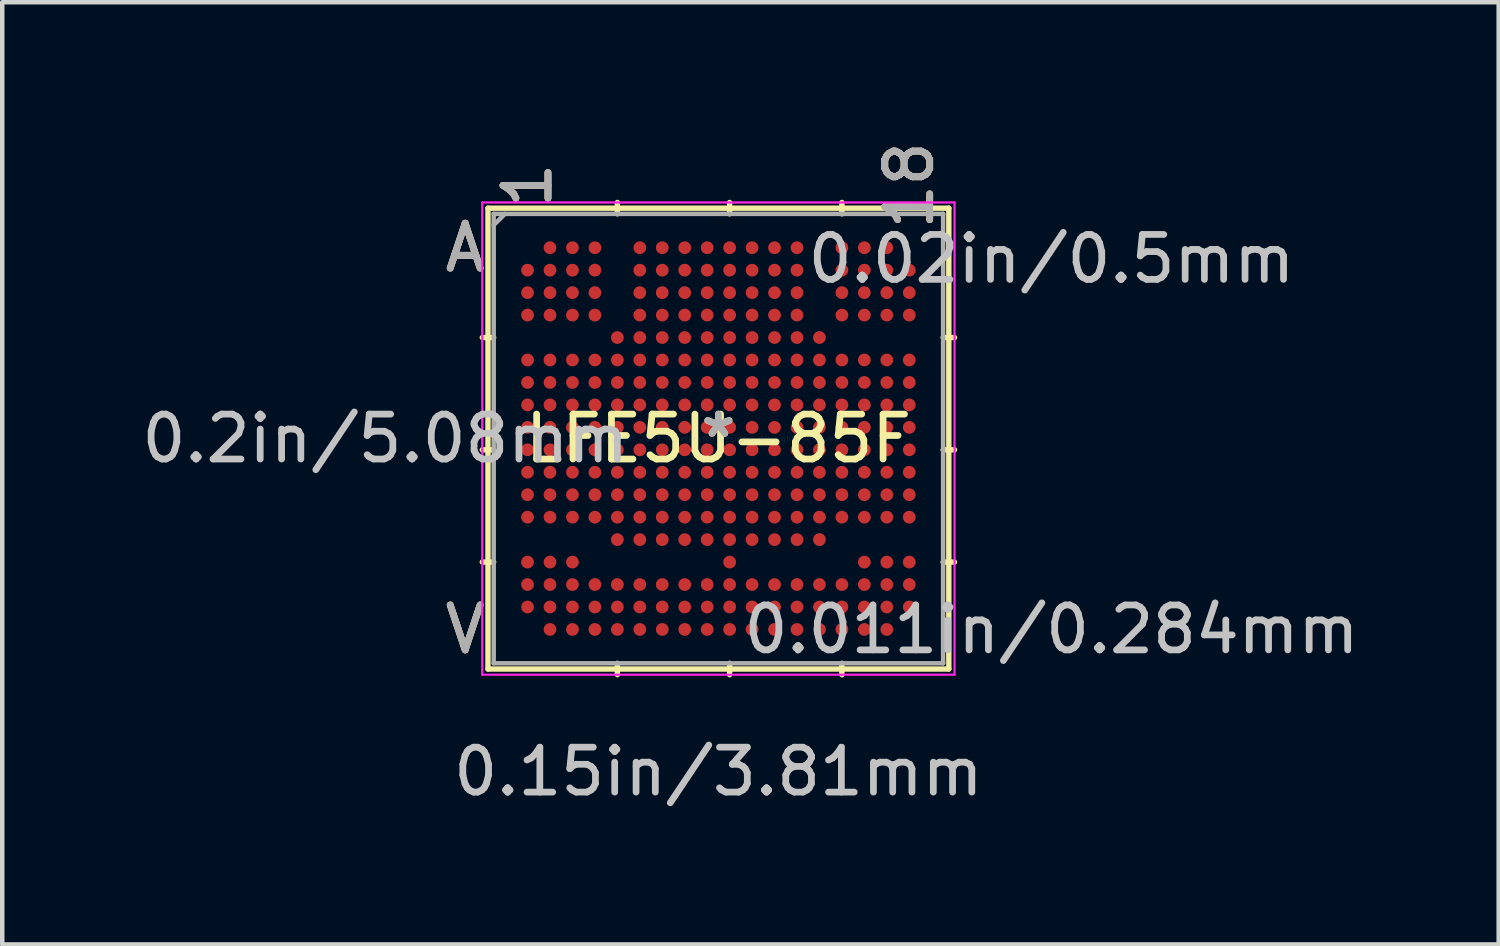
<source format=kicad_pcb>
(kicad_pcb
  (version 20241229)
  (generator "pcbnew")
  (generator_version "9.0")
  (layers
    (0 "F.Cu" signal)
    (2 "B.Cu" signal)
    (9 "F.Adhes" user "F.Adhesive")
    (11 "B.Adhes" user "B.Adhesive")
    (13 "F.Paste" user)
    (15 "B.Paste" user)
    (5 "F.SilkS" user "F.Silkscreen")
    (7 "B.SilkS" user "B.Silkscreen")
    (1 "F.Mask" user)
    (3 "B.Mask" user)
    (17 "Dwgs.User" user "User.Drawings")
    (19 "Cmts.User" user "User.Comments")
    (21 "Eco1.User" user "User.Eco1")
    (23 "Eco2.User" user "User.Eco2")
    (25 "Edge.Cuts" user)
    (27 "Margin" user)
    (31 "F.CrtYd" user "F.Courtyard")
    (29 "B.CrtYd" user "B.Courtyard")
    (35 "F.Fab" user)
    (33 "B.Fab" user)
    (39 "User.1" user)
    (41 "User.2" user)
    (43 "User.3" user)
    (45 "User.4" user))
  (footprint "LFE5U-85F"
    (layer "F.Cu")
    (at 12.947 6.716)
    (property "Reference" "LFE5U-85F" (at 0 0 0) (layer "F.SilkS") (effects (font (size 1 1) (thickness 0.15))))
    (attr through_hole)
    (fp_line (start -5.131 -5.131) (end -5.131 5.131) (stroke (width 0.12) (type solid)) (layer "F.SilkS"))
    (fp_line (start -5.131 5.131) (end 5.131 5.131) (stroke (width 0.12) (type solid)) (layer "F.SilkS"))
    (fp_line (start -5.004 -2.25) (end -5.258 -2.25) (stroke (width 0.12) (type solid)) (layer "F.SilkS"))
    (fp_line (start -5.004 0.25) (end -5.258 0.25) (stroke (width 0.12) (type solid)) (layer "F.SilkS"))
    (fp_line (start -5.004 2.75) (end -5.258 2.75) (stroke (width 0.12) (type solid)) (layer "F.SilkS"))
    (fp_line (start -2.25 -5.004) (end -2.25 -5.258) (stroke (width 0.12) (type solid)) (layer "F.SilkS"))
    (fp_line (start -2.25 5.004) (end -2.25 5.258) (stroke (width 0.12) (type solid)) (layer "F.SilkS"))
    (fp_line (start 0.25 -5.004) (end 0.25 -5.258) (stroke (width 0.12) (type solid)) (layer "F.SilkS"))
    (fp_line (start 0.25 5.004) (end 0.25 5.258) (stroke (width 0.12) (type solid)) (layer "F.SilkS"))
    (fp_line (start 2.75 -5.004) (end 2.75 -5.258) (stroke (width 0.12) (type solid)) (layer "F.SilkS"))
    (fp_line (start 2.75 5.004) (end 2.75 5.258) (stroke (width 0.12) (type solid)) (layer "F.SilkS"))
    (fp_line (start 5.004 -2.25) (end 5.258 -2.25) (stroke (width 0.12) (type solid)) (layer "F.SilkS"))
    (fp_line (start 5.004 0.25) (end 5.258 0.25) (stroke (width 0.12) (type solid)) (layer "F.SilkS"))
    (fp_line (start 5.004 2.75) (end 5.258 2.75) (stroke (width 0.12) (type solid)) (layer "F.SilkS"))
    (fp_line (start 5.131 -5.131) (end -5.131 -5.131) (stroke (width 0.12) (type solid)) (layer "F.SilkS"))
    (fp_line (start 5.131 5.131) (end 5.131 -5.131) (stroke (width 0.12) (type solid)) (layer "F.SilkS"))
    (fp_line (start -5.258 -5.258) (end 5.258 -5.258) (stroke (width 0.05) (type solid)) (layer "F.CrtYd"))
    (fp_line (start -5.258 5.258) (end -5.258 -5.258) (stroke (width 0.05) (type solid)) (layer "F.CrtYd"))
    (fp_line (start 5.258 -5.258) (end 5.258 5.258) (stroke (width 0.05) (type solid)) (layer "F.CrtYd"))
    (fp_line (start 5.258 5.258) (end -5.258 5.258) (stroke (width 0.05) (type solid)) (layer "F.CrtYd"))
    (fp_line (start -5.004 -5.004) (end -5.004 5.004) (stroke (width 0.1) (type solid)) (layer "F.Fab"))
    (fp_line (start -5.004 5.004) (end 5.004 5.004) (stroke (width 0.1) (type solid)) (layer "F.Fab"))
    (fp_line (start -4.754 -5.004) (end -5.004 -4.754) (stroke (width 0.1) (type solid)) (layer "F.Fab"))
    (fp_line (start 5.004 -5.004) (end -5.004 -5.004) (stroke (width 0.1) (type solid)) (layer "F.Fab"))
    (fp_line (start 5.004 5.004) (end 5.004 -5.004) (stroke (width 0.1) (type solid)) (layer "F.Fab"))
    (fp_text user "*" (at 0 0 0) (layer "F.SilkS") (effects (font (size 1 1) (thickness 0.15))))
    (fp_text user "18" (at 4.25 -5.639 90) (layer "F.SilkS") (effects (font (size 1 1) (thickness 0.15))))
    (fp_text user "1" (at -4.25 -5.639 90) (layer "F.SilkS") (effects (font (size 1 1) (thickness 0.15))))
    (fp_text user "A" (at -5.639 -4.25 0) (layer "F.SilkS") (effects (font (size 1 1) (thickness 0.15))))
    (fp_text user "V" (at -5.639 4.25 0) (layer "F.SilkS") (effects (font (size 1 1) (thickness 0.15))))
    (fp_text user "18" (at 4.25 -5.639 90) (layer "B.SilkS") (effects (font (size 1 1) (thickness 0.15))))
    (fp_text user "A" (at -5.639 -4.25 0) (layer "B.SilkS") (effects (font (size 1 1) (thickness 0.15))))
    (fp_text user "1" (at -4.25 -5.639 90) (layer "B.SilkS") (effects (font (size 1 1) (thickness 0.15))))
    (fp_text user "V" (at -5.639 4.25 0) (layer "B.SilkS") (effects (font (size 1 1) (thickness 0.15))))
    (fp_text user "0.15in/3.81mm" (at 0 7.417 0) (layer "Dwgs.User") (effects (font (size 1 1) (thickness 0.15))))
    (fp_text user "0.2in/5.08mm" (at -7.417 0 0) (layer "Dwgs.User") (effects (font (size 1 1) (thickness 0.15))))
    (fp_text user "0.02in/0.5mm" (at 7.417 -4 0) (layer "Dwgs.User") (effects (font (size 1 1) (thickness 0.15))))
    (fp_text user "0.011in/0.284mm" (at 7.417 4.25 0) (layer "Dwgs.User") (effects (font (size 1 1) (thickness 0.15))))
    (fp_text user "Copyright 2021 Accelerated Designs. All rights reserved." (at 0 0 0) (layer "Cmts.User") (effects (font (size 0.127 0.127) (thickness 0.002))))
    (fp_text user "*" (at 0 0 0) (layer "F.Fab") (effects (font (size 1 1) (thickness 0.15))))
    (fp_text user "V" (at -5.639 4.25 0) (layer "F.Fab") (effects (font (size 1 1) (thickness 0.15))))
    (fp_text user "A" (at -5.639 -4.25 0) (layer "F.Fab") (effects (font (size 1 1) (thickness 0.15))))
    (fp_text user "18" (at 4.25 -5.639 90) (layer "F.Fab") (effects (font (size 1 1) (thickness 0.15))))
    (fp_text user "1" (at -4.25 -5.639 90) (layer "F.Fab") (effects (font (size 1 1) (thickness 0.15))))
    (pad "A2" smd circle (at -3.75 -4.25) (size 0.284 0.284) (layers "F.Cu" "F.Mask" "F.Paste"))
    (pad "A3" smd circle (at -3.25 -4.25) (size 0.284 0.284) (layers "F.Cu" "F.Mask" "F.Paste"))
    (pad "A4" smd circle (at -2.75 -4.25) (size 0.284 0.284) (layers "F.Cu" "F.Mask" "F.Paste"))
    (pad "A6" smd circle (at -1.75 -4.25) (size 0.284 0.284) (layers "F.Cu" "F.Mask" "F.Paste"))
    (pad "A7" smd circle (at -1.25 -4.25) (size 0.284 0.284) (layers "F.Cu" "F.Mask" "F.Paste"))
    (pad "A8" smd circle (at -0.75 -4.25) (size 0.284 0.284) (layers "F.Cu" "F.Mask" "F.Paste"))
    (pad "A9" smd circle (at -0.25 -4.25) (size 0.284 0.284) (layers "F.Cu" "F.Mask" "F.Paste"))
    (pad "A10" smd circle (at 0.25 -4.25) (size 0.284 0.284) (layers "F.Cu" "F.Mask" "F.Paste"))
    (pad "A11" smd circle (at 0.75 -4.25) (size 0.284 0.284) (layers "F.Cu" "F.Mask" "F.Paste"))
    (pad "A12" smd circle (at 1.25 -4.25) (size 0.284 0.284) (layers "F.Cu" "F.Mask" "F.Paste"))
    (pad "A13" smd circle (at 1.75 -4.25) (size 0.284 0.284) (layers "F.Cu" "F.Mask" "F.Paste"))
    (pad "A15" smd circle (at 2.75 -4.25) (size 0.284 0.284) (layers "F.Cu" "F.Mask" "F.Paste"))
    (pad "A16" smd circle (at 3.25 -4.25) (size 0.284 0.284) (layers "F.Cu" "F.Mask" "F.Paste"))
    (pad "A17" smd circle (at 3.75 -4.25) (size 0.284 0.284) (layers "F.Cu" "F.Mask" "F.Paste"))
    (pad "B1" smd circle (at -4.25 -3.75) (size 0.284 0.284) (layers "F.Cu" "F.Mask" "F.Paste"))
    (pad "B2" smd circle (at -3.75 -3.75) (size 0.284 0.284) (layers "F.Cu" "F.Mask" "F.Paste"))
    (pad "B3" smd circle (at -3.25 -3.75) (size 0.284 0.284) (layers "F.Cu" "F.Mask" "F.Paste"))
    (pad "B4" smd circle (at -2.75 -3.75) (size 0.284 0.284) (layers "F.Cu" "F.Mask" "F.Paste"))
    (pad "B6" smd circle (at -1.75 -3.75) (size 0.284 0.284) (layers "F.Cu" "F.Mask" "F.Paste"))
    (pad "B7" smd circle (at -1.25 -3.75) (size 0.284 0.284) (layers "F.Cu" "F.Mask" "F.Paste"))
    (pad "B8" smd circle (at -0.75 -3.75) (size 0.284 0.284) (layers "F.Cu" "F.Mask" "F.Paste"))
    (pad "B9" smd circle (at -0.25 -3.75) (size 0.284 0.284) (layers "F.Cu" "F.Mask" "F.Paste"))
    (pad "B10" smd circle (at 0.25 -3.75) (size 0.284 0.284) (layers "F.Cu" "F.Mask" "F.Paste"))
    (pad "B11" smd circle (at 0.75 -3.75) (size 0.284 0.284) (layers "F.Cu" "F.Mask" "F.Paste"))
    (pad "B12" smd circle (at 1.25 -3.75) (size 0.284 0.284) (layers "F.Cu" "F.Mask" "F.Paste"))
    (pad "B13" smd circle (at 1.75 -3.75) (size 0.284 0.284) (layers "F.Cu" "F.Mask" "F.Paste"))
    (pad "B15" smd circle (at 2.75 -3.75) (size 0.284 0.284) (layers "F.Cu" "F.Mask" "F.Paste"))
    (pad "B16" smd circle (at 3.25 -3.75) (size 0.284 0.284) (layers "F.Cu" "F.Mask" "F.Paste"))
    (pad "B17" smd circle (at 3.75 -3.75) (size 0.284 0.284) (layers "F.Cu" "F.Mask" "F.Paste"))
    (pad "B18" smd circle (at 4.25 -3.75) (size 0.284 0.284) (layers "F.Cu" "F.Mask" "F.Paste"))
    (pad "C1" smd circle (at -4.25 -3.25) (size 0.284 0.284) (layers "F.Cu" "F.Mask" "F.Paste"))
    (pad "C2" smd circle (at -3.75 -3.25) (size 0.284 0.284) (layers "F.Cu" "F.Mask" "F.Paste"))
    (pad "C3" smd circle (at -3.25 -3.25) (size 0.284 0.284) (layers "F.Cu" "F.Mask" "F.Paste"))
    (pad "C4" smd circle (at -2.75 -3.25) (size 0.284 0.284) (layers "F.Cu" "F.Mask" "F.Paste"))
    (pad "C6" smd circle (at -1.75 -3.25) (size 0.284 0.284) (layers "F.Cu" "F.Mask" "F.Paste"))
    (pad "C7" smd circle (at -1.25 -3.25) (size 0.284 0.284) (layers "F.Cu" "F.Mask" "F.Paste"))
    (pad "C8" smd circle (at -0.75 -3.25) (size 0.284 0.284) (layers "F.Cu" "F.Mask" "F.Paste"))
    (pad "C9" smd circle (at -0.25 -3.25) (size 0.284 0.284) (layers "F.Cu" "F.Mask" "F.Paste"))
    (pad "C10" smd circle (at 0.25 -3.25) (size 0.284 0.284) (layers "F.Cu" "F.Mask" "F.Paste"))
    (pad "C11" smd circle (at 0.75 -3.25) (size 0.284 0.284) (layers "F.Cu" "F.Mask" "F.Paste"))
    (pad "C12" smd circle (at 1.25 -3.25) (size 0.284 0.284) (layers "F.Cu" "F.Mask" "F.Paste"))
    (pad "C13" smd circle (at 1.75 -3.25) (size 0.284 0.284) (layers "F.Cu" "F.Mask" "F.Paste"))
    (pad "C15" smd circle (at 2.75 -3.25) (size 0.284 0.284) (layers "F.Cu" "F.Mask" "F.Paste"))
    (pad "C16" smd circle (at 3.25 -3.25) (size 0.284 0.284) (layers "F.Cu" "F.Mask" "F.Paste"))
    (pad "C17" smd circle (at 3.75 -3.25) (size 0.284 0.284) (layers "F.Cu" "F.Mask" "F.Paste"))
    (pad "C18" smd circle (at 4.25 -3.25) (size 0.284 0.284) (layers "F.Cu" "F.Mask" "F.Paste"))
    (pad "D1" smd circle (at -4.25 -2.75) (size 0.284 0.284) (layers "F.Cu" "F.Mask" "F.Paste"))
    (pad "D2" smd circle (at -3.75 -2.75) (size 0.284 0.284) (layers "F.Cu" "F.Mask" "F.Paste"))
    (pad "D3" smd circle (at -3.25 -2.75) (size 0.284 0.284) (layers "F.Cu" "F.Mask" "F.Paste"))
    (pad "D4" smd circle (at -2.75 -2.75) (size 0.284 0.284) (layers "F.Cu" "F.Mask" "F.Paste"))
    (pad "D6" smd circle (at -1.75 -2.75) (size 0.284 0.284) (layers "F.Cu" "F.Mask" "F.Paste"))
    (pad "D7" smd circle (at -1.25 -2.75) (size 0.284 0.284) (layers "F.Cu" "F.Mask" "F.Paste"))
    (pad "D8" smd circle (at -0.75 -2.75) (size 0.284 0.284) (layers "F.Cu" "F.Mask" "F.Paste"))
    (pad "D9" smd circle (at -0.25 -2.75) (size 0.284 0.284) (layers "F.Cu" "F.Mask" "F.Paste"))
    (pad "D10" smd circle (at 0.25 -2.75) (size 0.284 0.284) (layers "F.Cu" "F.Mask" "F.Paste"))
    (pad "D11" smd circle (at 0.75 -2.75) (size 0.284 0.284) (layers "F.Cu" "F.Mask" "F.Paste"))
    (pad "D12" smd circle (at 1.25 -2.75) (size 0.284 0.284) (layers "F.Cu" "F.Mask" "F.Paste"))
    (pad "D13" smd circle (at 1.75 -2.75) (size 0.284 0.284) (layers "F.Cu" "F.Mask" "F.Paste"))
    (pad "D15" smd circle (at 2.75 -2.75) (size 0.284 0.284) (layers "F.Cu" "F.Mask" "F.Paste"))
    (pad "D16" smd circle (at 3.25 -2.75) (size 0.284 0.284) (layers "F.Cu" "F.Mask" "F.Paste"))
    (pad "D17" smd circle (at 3.75 -2.75) (size 0.284 0.284) (layers "F.Cu" "F.Mask" "F.Paste"))
    (pad "D18" smd circle (at 4.25 -2.75) (size 0.284 0.284) (layers "F.Cu" "F.Mask" "F.Paste"))
    (pad "E5" smd circle (at -2.25 -2.25) (size 0.284 0.284) (layers "F.Cu" "F.Mask" "F.Paste"))
    (pad "E6" smd circle (at -1.75 -2.25) (size 0.284 0.284) (layers "F.Cu" "F.Mask" "F.Paste"))
    (pad "E7" smd circle (at -1.25 -2.25) (size 0.284 0.284) (layers "F.Cu" "F.Mask" "F.Paste"))
    (pad "E8" smd circle (at -0.75 -2.25) (size 0.284 0.284) (layers "F.Cu" "F.Mask" "F.Paste"))
    (pad "E9" smd circle (at -0.25 -2.25) (size 0.284 0.284) (layers "F.Cu" "F.Mask" "F.Paste"))
    (pad "E10" smd circle (at 0.25 -2.25) (size 0.284 0.284) (layers "F.Cu" "F.Mask" "F.Paste"))
    (pad "E11" smd circle (at 0.75 -2.25) (size 0.284 0.284) (layers "F.Cu" "F.Mask" "F.Paste"))
    (pad "E12" smd circle (at 1.25 -2.25) (size 0.284 0.284) (layers "F.Cu" "F.Mask" "F.Paste"))
    (pad "E13" smd circle (at 1.75 -2.25) (size 0.284 0.284) (layers "F.Cu" "F.Mask" "F.Paste"))
    (pad "E14" smd circle (at 2.25 -2.25) (size 0.284 0.284) (layers "F.Cu" "F.Mask" "F.Paste"))
    (pad "F1" smd circle (at -4.25 -1.75) (size 0.284 0.284) (layers "F.Cu" "F.Mask" "F.Paste"))
    (pad "F2" smd circle (at -3.75 -1.75) (size 0.284 0.284) (layers "F.Cu" "F.Mask" "F.Paste"))
    (pad "F3" smd circle (at -3.25 -1.75) (size 0.284 0.284) (layers "F.Cu" "F.Mask" "F.Paste"))
    (pad "F4" smd circle (at -2.75 -1.75) (size 0.284 0.284) (layers "F.Cu" "F.Mask" "F.Paste"))
    (pad "F5" smd circle (at -2.25 -1.75) (size 0.284 0.284) (layers "F.Cu" "F.Mask" "F.Paste"))
    (pad "F6" smd circle (at -1.75 -1.75) (size 0.284 0.284) (layers "F.Cu" "F.Mask" "F.Paste"))
    (pad "F7" smd circle (at -1.25 -1.75) (size 0.284 0.284) (layers "F.Cu" "F.Mask" "F.Paste"))
    (pad "F8" smd circle (at -0.75 -1.75) (size 0.284 0.284) (layers "F.Cu" "F.Mask" "F.Paste"))
    (pad "F9" smd circle (at -0.25 -1.75) (size 0.284 0.284) (layers "F.Cu" "F.Mask" "F.Paste"))
    (pad "F10" smd circle (at 0.25 -1.75) (size 0.284 0.284) (layers "F.Cu" "F.Mask" "F.Paste"))
    (pad "F11" smd circle (at 0.75 -1.75) (size 0.284 0.284) (layers "F.Cu" "F.Mask" "F.Paste"))
    (pad "F12" smd circle (at 1.25 -1.75) (size 0.284 0.284) (layers "F.Cu" "F.Mask" "F.Paste"))
    (pad "F13" smd circle (at 1.75 -1.75) (size 0.284 0.284) (layers "F.Cu" "F.Mask" "F.Paste"))
    (pad "F14" smd circle (at 2.25 -1.75) (size 0.284 0.284) (layers "F.Cu" "F.Mask" "F.Paste"))
    (pad "F15" smd circle (at 2.75 -1.75) (size 0.284 0.284) (layers "F.Cu" "F.Mask" "F.Paste"))
    (pad "F16" smd circle (at 3.25 -1.75) (size 0.284 0.284) (layers "F.Cu" "F.Mask" "F.Paste"))
    (pad "F17" smd circle (at 3.75 -1.75) (size 0.284 0.284) (layers "F.Cu" "F.Mask" "F.Paste"))
    (pad "F18" smd circle (at 4.25 -1.75) (size 0.284 0.284) (layers "F.Cu" "F.Mask" "F.Paste"))
    (pad "G1" smd circle (at -4.25 -1.25) (size 0.284 0.284) (layers "F.Cu" "F.Mask" "F.Paste"))
    (pad "G2" smd circle (at -3.75 -1.25) (size 0.284 0.284) (layers "F.Cu" "F.Mask" "F.Paste"))
    (pad "G3" smd circle (at -3.25 -1.25) (size 0.284 0.284) (layers "F.Cu" "F.Mask" "F.Paste"))
    (pad "G4" smd circle (at -2.75 -1.25) (size 0.284 0.284) (layers "F.Cu" "F.Mask" "F.Paste"))
    (pad "G5" smd circle (at -2.25 -1.25) (size 0.284 0.284) (layers "F.Cu" "F.Mask" "F.Paste"))
    (pad "G6" smd circle (at -1.75 -1.25) (size 0.284 0.284) (layers "F.Cu" "F.Mask" "F.Paste"))
    (pad "G7" smd circle (at -1.25 -1.25) (size 0.284 0.284) (layers "F.Cu" "F.Mask" "F.Paste"))
    (pad "G8" smd circle (at -0.75 -1.25) (size 0.284 0.284) (layers "F.Cu" "F.Mask" "F.Paste"))
    (pad "G9" smd circle (at -0.25 -1.25) (size 0.284 0.284) (layers "F.Cu" "F.Mask" "F.Paste"))
    (pad "G10" smd circle (at 0.25 -1.25) (size 0.284 0.284) (layers "F.Cu" "F.Mask" "F.Paste"))
    (pad "G11" smd circle (at 0.75 -1.25) (size 0.284 0.284) (layers "F.Cu" "F.Mask" "F.Paste"))
    (pad "G12" smd circle (at 1.25 -1.25) (size 0.284 0.284) (layers "F.Cu" "F.Mask" "F.Paste"))
    (pad "G13" smd circle (at 1.75 -1.25) (size 0.284 0.284) (layers "F.Cu" "F.Mask" "F.Paste"))
    (pad "G14" smd circle (at 2.25 -1.25) (size 0.284 0.284) (layers "F.Cu" "F.Mask" "F.Paste"))
    (pad "G15" smd circle (at 2.75 -1.25) (size 0.284 0.284) (layers "F.Cu" "F.Mask" "F.Paste"))
    (pad "G16" smd circle (at 3.25 -1.25) (size 0.284 0.284) (layers "F.Cu" "F.Mask" "F.Paste"))
    (pad "G17" smd circle (at 3.75 -1.25) (size 0.284 0.284) (layers "F.Cu" "F.Mask" "F.Paste"))
    (pad "G18" smd circle (at 4.25 -1.25) (size 0.284 0.284) (layers "F.Cu" "F.Mask" "F.Paste"))
    (pad "H1" smd circle (at -4.25 -0.75) (size 0.284 0.284) (layers "F.Cu" "F.Mask" "F.Paste"))
    (pad "H2" smd circle (at -3.75 -0.75) (size 0.284 0.284) (layers "F.Cu" "F.Mask" "F.Paste"))
    (pad "H3" smd circle (at -3.25 -0.75) (size 0.284 0.284) (layers "F.Cu" "F.Mask" "F.Paste"))
    (pad "H4" smd circle (at -2.75 -0.75) (size 0.284 0.284) (layers "F.Cu" "F.Mask" "F.Paste"))
    (pad "H5" smd circle (at -2.25 -0.75) (size 0.284 0.284) (layers "F.Cu" "F.Mask" "F.Paste"))
    (pad "H6" smd circle (at -1.75 -0.75) (size 0.284 0.284) (layers "F.Cu" "F.Mask" "F.Paste"))
    (pad "H7" smd circle (at -1.25 -0.75) (size 0.284 0.284) (layers "F.Cu" "F.Mask" "F.Paste"))
    (pad "H8" smd circle (at -0.75 -0.75) (size 0.284 0.284) (layers "F.Cu" "F.Mask" "F.Paste"))
    (pad "H9" smd circle (at -0.25 -0.75) (size 0.284 0.284) (layers "F.Cu" "F.Mask" "F.Paste"))
    (pad "H10" smd circle (at 0.25 -0.75) (size 0.284 0.284) (layers "F.Cu" "F.Mask" "F.Paste"))
    (pad "H11" smd circle (at 0.75 -0.75) (size 0.284 0.284) (layers "F.Cu" "F.Mask" "F.Paste"))
    (pad "H12" smd circle (at 1.25 -0.75) (size 0.284 0.284) (layers "F.Cu" "F.Mask" "F.Paste"))
    (pad "H13" smd circle (at 1.75 -0.75) (size 0.284 0.284) (layers "F.Cu" "F.Mask" "F.Paste"))
    (pad "H14" smd circle (at 2.25 -0.75) (size 0.284 0.284) (layers "F.Cu" "F.Mask" "F.Paste"))
    (pad "H15" smd circle (at 2.75 -0.75) (size 0.284 0.284) (layers "F.Cu" "F.Mask" "F.Paste"))
    (pad "H16" smd circle (at 3.25 -0.75) (size 0.284 0.284) (layers "F.Cu" "F.Mask" "F.Paste"))
    (pad "H17" smd circle (at 3.75 -0.75) (size 0.284 0.284) (layers "F.Cu" "F.Mask" "F.Paste"))
    (pad "H18" smd circle (at 4.25 -0.75) (size 0.284 0.284) (layers "F.Cu" "F.Mask" "F.Paste"))
    (pad "J1" smd circle (at -4.25 -0.25) (size 0.284 0.284) (layers "F.Cu" "F.Mask" "F.Paste"))
    (pad "J2" smd circle (at -3.75 -0.25) (size 0.284 0.284) (layers "F.Cu" "F.Mask" "F.Paste"))
    (pad "J3" smd circle (at -3.25 -0.25) (size 0.284 0.284) (layers "F.Cu" "F.Mask" "F.Paste"))
    (pad "J4" smd circle (at -2.75 -0.25) (size 0.284 0.284) (layers "F.Cu" "F.Mask" "F.Paste"))
    (pad "J5" smd circle (at -2.25 -0.25) (size 0.284 0.284) (layers "F.Cu" "F.Mask" "F.Paste"))
    (pad "J6" smd circle (at -1.75 -0.25) (size 0.284 0.284) (layers "F.Cu" "F.Mask" "F.Paste"))
    (pad "J7" smd circle (at -1.25 -0.25) (size 0.284 0.284) (layers "F.Cu" "F.Mask" "F.Paste"))
    (pad "J8" smd circle (at -0.75 -0.25) (size 0.284 0.284) (layers "F.Cu" "F.Mask" "F.Paste"))
    (pad "J9" smd circle (at -0.25 -0.25) (size 0.284 0.284) (layers "F.Cu" "F.Mask" "F.Paste"))
    (pad "J10" smd circle (at 0.25 -0.25) (size 0.284 0.284) (layers "F.Cu" "F.Mask" "F.Paste"))
    (pad "J11" smd circle (at 0.75 -0.25) (size 0.284 0.284) (layers "F.Cu" "F.Mask" "F.Paste"))
    (pad "J12" smd circle (at 1.25 -0.25) (size 0.284 0.284) (layers "F.Cu" "F.Mask" "F.Paste"))
    (pad "J13" smd circle (at 1.75 -0.25) (size 0.284 0.284) (layers "F.Cu" "F.Mask" "F.Paste"))
    (pad "J14" smd circle (at 2.25 -0.25) (size 0.284 0.284) (layers "F.Cu" "F.Mask" "F.Paste"))
    (pad "J15" smd circle (at 2.75 -0.25) (size 0.284 0.284) (layers "F.Cu" "F.Mask" "F.Paste"))
    (pad "J16" smd circle (at 3.25 -0.25) (size 0.284 0.284) (layers "F.Cu" "F.Mask" "F.Paste"))
    (pad "J17" smd circle (at 3.75 -0.25) (size 0.284 0.284) (layers "F.Cu" "F.Mask" "F.Paste"))
    (pad "J18" smd circle (at 4.25 -0.25) (size 0.284 0.284) (layers "F.Cu" "F.Mask" "F.Paste"))
    (pad "K1" smd circle (at -4.25 0.25) (size 0.284 0.284) (layers "F.Cu" "F.Mask" "F.Paste"))
    (pad "K2" smd circle (at -3.75 0.25) (size 0.284 0.284) (layers "F.Cu" "F.Mask" "F.Paste"))
    (pad "K3" smd circle (at -3.25 0.25) (size 0.284 0.284) (layers "F.Cu" "F.Mask" "F.Paste"))
    (pad "K4" smd circle (at -2.75 0.25) (size 0.284 0.284) (layers "F.Cu" "F.Mask" "F.Paste"))
    (pad "K5" smd circle (at -2.25 0.25) (size 0.284 0.284) (layers "F.Cu" "F.Mask" "F.Paste"))
    (pad "K6" smd circle (at -1.75 0.25) (size 0.284 0.284) (layers "F.Cu" "F.Mask" "F.Paste"))
    (pad "K7" smd circle (at -1.25 0.25) (size 0.284 0.284) (layers "F.Cu" "F.Mask" "F.Paste"))
    (pad "K8" smd circle (at -0.75 0.25) (size 0.284 0.284) (layers "F.Cu" "F.Mask" "F.Paste"))
    (pad "K9" smd circle (at -0.25 0.25) (size 0.284 0.284) (layers "F.Cu" "F.Mask" "F.Paste"))
    (pad "K10" smd circle (at 0.25 0.25) (size 0.284 0.284) (layers "F.Cu" "F.Mask" "F.Paste"))
    (pad "K11" smd circle (at 0.75 0.25) (size 0.284 0.284) (layers "F.Cu" "F.Mask" "F.Paste"))
    (pad "K12" smd circle (at 1.25 0.25) (size 0.284 0.284) (layers "F.Cu" "F.Mask" "F.Paste"))
    (pad "K13" smd circle (at 1.75 0.25) (size 0.284 0.284) (layers "F.Cu" "F.Mask" "F.Paste"))
    (pad "K14" smd circle (at 2.25 0.25) (size 0.284 0.284) (layers "F.Cu" "F.Mask" "F.Paste"))
    (pad "K15" smd circle (at 2.75 0.25) (size 0.284 0.284) (layers "F.Cu" "F.Mask" "F.Paste"))
    (pad "K16" smd circle (at 3.25 0.25) (size 0.284 0.284) (layers "F.Cu" "F.Mask" "F.Paste"))
    (pad "K17" smd circle (at 3.75 0.25) (size 0.284 0.284) (layers "F.Cu" "F.Mask" "F.Paste"))
    (pad "K18" smd circle (at 4.25 0.25) (size 0.284 0.284) (layers "F.Cu" "F.Mask" "F.Paste"))
    (pad "L1" smd circle (at -4.25 0.75) (size 0.284 0.284) (layers "F.Cu" "F.Mask" "F.Paste"))
    (pad "L2" smd circle (at -3.75 0.75) (size 0.284 0.284) (layers "F.Cu" "F.Mask" "F.Paste"))
    (pad "L3" smd circle (at -3.25 0.75) (size 0.284 0.284) (layers "F.Cu" "F.Mask" "F.Paste"))
    (pad "L4" smd circle (at -2.75 0.75) (size 0.284 0.284) (layers "F.Cu" "F.Mask" "F.Paste"))
    (pad "L5" smd circle (at -2.25 0.75) (size 0.284 0.284) (layers "F.Cu" "F.Mask" "F.Paste"))
    (pad "L6" smd circle (at -1.75 0.75) (size 0.284 0.284) (layers "F.Cu" "F.Mask" "F.Paste"))
    (pad "L7" smd circle (at -1.25 0.75) (size 0.284 0.284) (layers "F.Cu" "F.Mask" "F.Paste"))
    (pad "L8" smd circle (at -0.75 0.75) (size 0.284 0.284) (layers "F.Cu" "F.Mask" "F.Paste"))
    (pad "L9" smd circle (at -0.25 0.75) (size 0.284 0.284) (layers "F.Cu" "F.Mask" "F.Paste"))
    (pad "L10" smd circle (at 0.25 0.75) (size 0.284 0.284) (layers "F.Cu" "F.Mask" "F.Paste"))
    (pad "L11" smd circle (at 0.75 0.75) (size 0.284 0.284) (layers "F.Cu" "F.Mask" "F.Paste"))
    (pad "L12" smd circle (at 1.25 0.75) (size 0.284 0.284) (layers "F.Cu" "F.Mask" "F.Paste"))
    (pad "L13" smd circle (at 1.75 0.75) (size 0.284 0.284) (layers "F.Cu" "F.Mask" "F.Paste"))
    (pad "L14" smd circle (at 2.25 0.75) (size 0.284 0.284) (layers "F.Cu" "F.Mask" "F.Paste"))
    (pad "L15" smd circle (at 2.75 0.75) (size 0.284 0.284) (layers "F.Cu" "F.Mask" "F.Paste"))
    (pad "L16" smd circle (at 3.25 0.75) (size 0.284 0.284) (layers "F.Cu" "F.Mask" "F.Paste"))
    (pad "L17" smd circle (at 3.75 0.75) (size 0.284 0.284) (layers "F.Cu" "F.Mask" "F.Paste"))
    (pad "L18" smd circle (at 4.25 0.75) (size 0.284 0.284) (layers "F.Cu" "F.Mask" "F.Paste"))
    (pad "M1" smd circle (at -4.25 1.25) (size 0.284 0.284) (layers "F.Cu" "F.Mask" "F.Paste"))
    (pad "M2" smd circle (at -3.75 1.25) (size 0.284 0.284) (layers "F.Cu" "F.Mask" "F.Paste"))
    (pad "M3" smd circle (at -3.25 1.25) (size 0.284 0.284) (layers "F.Cu" "F.Mask" "F.Paste"))
    (pad "M4" smd circle (at -2.75 1.25) (size 0.284 0.284) (layers "F.Cu" "F.Mask" "F.Paste"))
    (pad "M5" smd circle (at -2.25 1.25) (size 0.284 0.284) (layers "F.Cu" "F.Mask" "F.Paste"))
    (pad "M6" smd circle (at -1.75 1.25) (size 0.284 0.284) (layers "F.Cu" "F.Mask" "F.Paste"))
    (pad "M7" smd circle (at -1.25 1.25) (size 0.284 0.284) (layers "F.Cu" "F.Mask" "F.Paste"))
    (pad "M8" smd circle (at -0.75 1.25) (size 0.284 0.284) (layers "F.Cu" "F.Mask" "F.Paste"))
    (pad "M9" smd circle (at -0.25 1.25) (size 0.284 0.284) (layers "F.Cu" "F.Mask" "F.Paste"))
    (pad "M10" smd circle (at 0.25 1.25) (size 0.284 0.284) (layers "F.Cu" "F.Mask" "F.Paste"))
    (pad "M11" smd circle (at 0.75 1.25) (size 0.284 0.284) (layers "F.Cu" "F.Mask" "F.Paste"))
    (pad "M12" smd circle (at 1.25 1.25) (size 0.284 0.284) (layers "F.Cu" "F.Mask" "F.Paste"))
    (pad "M13" smd circle (at 1.75 1.25) (size 0.284 0.284) (layers "F.Cu" "F.Mask" "F.Paste"))
    (pad "M14" smd circle (at 2.25 1.25) (size 0.284 0.284) (layers "F.Cu" "F.Mask" "F.Paste"))
    (pad "M15" smd circle (at 2.75 1.25) (size 0.284 0.284) (layers "F.Cu" "F.Mask" "F.Paste"))
    (pad "M16" smd circle (at 3.25 1.25) (size 0.284 0.284) (layers "F.Cu" "F.Mask" "F.Paste"))
    (pad "M17" smd circle (at 3.75 1.25) (size 0.284 0.284) (layers "F.Cu" "F.Mask" "F.Paste"))
    (pad "M18" smd circle (at 4.25 1.25) (size 0.284 0.284) (layers "F.Cu" "F.Mask" "F.Paste"))
    (pad "N1" smd circle (at -4.25 1.75) (size 0.284 0.284) (layers "F.Cu" "F.Mask" "F.Paste"))
    (pad "N2" smd circle (at -3.75 1.75) (size 0.284 0.284) (layers "F.Cu" "F.Mask" "F.Paste"))
    (pad "N3" smd circle (at -3.25 1.75) (size 0.284 0.284) (layers "F.Cu" "F.Mask" "F.Paste"))
    (pad "N4" smd circle (at -2.75 1.75) (size 0.284 0.284) (layers "F.Cu" "F.Mask" "F.Paste"))
    (pad "N5" smd circle (at -2.25 1.75) (size 0.284 0.284) (layers "F.Cu" "F.Mask" "F.Paste"))
    (pad "N6" smd circle (at -1.75 1.75) (size 0.284 0.284) (layers "F.Cu" "F.Mask" "F.Paste"))
    (pad "N7" smd circle (at -1.25 1.75) (size 0.284 0.284) (layers "F.Cu" "F.Mask" "F.Paste"))
    (pad "N8" smd circle (at -0.75 1.75) (size 0.284 0.284) (layers "F.Cu" "F.Mask" "F.Paste"))
    (pad "N9" smd circle (at -0.25 1.75) (size 0.284 0.284) (layers "F.Cu" "F.Mask" "F.Paste"))
    (pad "N10" smd circle (at 0.25 1.75) (size 0.284 0.284) (layers "F.Cu" "F.Mask" "F.Paste"))
    (pad "N11" smd circle (at 0.75 1.75) (size 0.284 0.284) (layers "F.Cu" "F.Mask" "F.Paste"))
    (pad "N12" smd circle (at 1.25 1.75) (size 0.284 0.284) (layers "F.Cu" "F.Mask" "F.Paste"))
    (pad "N13" smd circle (at 1.75 1.75) (size 0.284 0.284) (layers "F.Cu" "F.Mask" "F.Paste"))
    (pad "N14" smd circle (at 2.25 1.75) (size 0.284 0.284) (layers "F.Cu" "F.Mask" "F.Paste"))
    (pad "N15" smd circle (at 2.75 1.75) (size 0.284 0.284) (layers "F.Cu" "F.Mask" "F.Paste"))
    (pad "N16" smd circle (at 3.25 1.75) (size 0.284 0.284) (layers "F.Cu" "F.Mask" "F.Paste"))
    (pad "N17" smd circle (at 3.75 1.75) (size 0.284 0.284) (layers "F.Cu" "F.Mask" "F.Paste"))
    (pad "N18" smd circle (at 4.25 1.75) (size 0.284 0.284) (layers "F.Cu" "F.Mask" "F.Paste"))
    (pad "P5" smd circle (at -2.25 2.25) (size 0.284 0.284) (layers "F.Cu" "F.Mask" "F.Paste"))
    (pad "P6" smd circle (at -1.75 2.25) (size 0.284 0.284) (layers "F.Cu" "F.Mask" "F.Paste"))
    (pad "P7" smd circle (at -1.25 2.25) (size 0.284 0.284) (layers "F.Cu" "F.Mask" "F.Paste"))
    (pad "P8" smd circle (at -0.75 2.25) (size 0.284 0.284) (layers "F.Cu" "F.Mask" "F.Paste"))
    (pad "P9" smd circle (at -0.25 2.25) (size 0.284 0.284) (layers "F.Cu" "F.Mask" "F.Paste"))
    (pad "P10" smd circle (at 0.25 2.25) (size 0.284 0.284) (layers "F.Cu" "F.Mask" "F.Paste"))
    (pad "P11" smd circle (at 0.75 2.25) (size 0.284 0.284) (layers "F.Cu" "F.Mask" "F.Paste"))
    (pad "P12" smd circle (at 1.25 2.25) (size 0.284 0.284) (layers "F.Cu" "F.Mask" "F.Paste"))
    (pad "P13" smd circle (at 1.75 2.25) (size 0.284 0.284) (layers "F.Cu" "F.Mask" "F.Paste"))
    (pad "P14" smd circle (at 2.25 2.25) (size 0.284 0.284) (layers "F.Cu" "F.Mask" "F.Paste"))
    (pad "R1" smd circle (at -4.25 2.75) (size 0.284 0.284) (layers "F.Cu" "F.Mask" "F.Paste"))
    (pad "R2" smd circle (at -3.75 2.75) (size 0.284 0.284) (layers "F.Cu" "F.Mask" "F.Paste"))
    (pad "R3" smd circle (at -3.25 2.75) (size 0.284 0.284) (layers "F.Cu" "F.Mask" "F.Paste"))
    (pad "R10" smd circle (at 0.25 2.75) (size 0.284 0.284) (layers "F.Cu" "F.Mask" "F.Paste"))
    (pad "R16" smd circle (at 3.25 2.75) (size 0.284 0.284) (layers "F.Cu" "F.Mask" "F.Paste"))
    (pad "R17" smd circle (at 3.75 2.75) (size 0.284 0.284) (layers "F.Cu" "F.Mask" "F.Paste"))
    (pad "R18" smd circle (at 4.25 2.75) (size 0.284 0.284) (layers "F.Cu" "F.Mask" "F.Paste"))
    (pad "T1" smd circle (at -4.25 3.25) (size 0.284 0.284) (layers "F.Cu" "F.Mask" "F.Paste"))
    (pad "T2" smd circle (at -3.75 3.25) (size 0.284 0.284) (layers "F.Cu" "F.Mask" "F.Paste"))
    (pad "T3" smd circle (at -3.25 3.25) (size 0.284 0.284) (layers "F.Cu" "F.Mask" "F.Paste"))
    (pad "T4" smd circle (at -2.75 3.25) (size 0.284 0.284) (layers "F.Cu" "F.Mask" "F.Paste"))
    (pad "T5" smd circle (at -2.25 3.25) (size 0.284 0.284) (layers "F.Cu" "F.Mask" "F.Paste"))
    (pad "T6" smd circle (at -1.75 3.25) (size 0.284 0.284) (layers "F.Cu" "F.Mask" "F.Paste"))
    (pad "T7" smd circle (at -1.25 3.25) (size 0.284 0.284) (layers "F.Cu" "F.Mask" "F.Paste"))
    (pad "T8" smd circle (at -0.75 3.25) (size 0.284 0.284) (layers "F.Cu" "F.Mask" "F.Paste"))
    (pad "T9" smd circle (at -0.25 3.25) (size 0.284 0.284) (layers "F.Cu" "F.Mask" "F.Paste"))
    (pad "T10" smd circle (at 0.25 3.25) (size 0.284 0.284) (layers "F.Cu" "F.Mask" "F.Paste"))
    (pad "T11" smd circle (at 0.75 3.25) (size 0.284 0.284) (layers "F.Cu" "F.Mask" "F.Paste"))
    (pad "T12" smd circle (at 1.25 3.25) (size 0.284 0.284) (layers "F.Cu" "F.Mask" "F.Paste"))
    (pad "T13" smd circle (at 1.75 3.25) (size 0.284 0.284) (layers "F.Cu" "F.Mask" "F.Paste"))
    (pad "T14" smd circle (at 2.25 3.25) (size 0.284 0.284) (layers "F.Cu" "F.Mask" "F.Paste"))
    (pad "T15" smd circle (at 2.75 3.25) (size 0.284 0.284) (layers "F.Cu" "F.Mask" "F.Paste"))
    (pad "T16" smd circle (at 3.25 3.25) (size 0.284 0.284) (layers "F.Cu" "F.Mask" "F.Paste"))
    (pad "T17" smd circle (at 3.75 3.25) (size 0.284 0.284) (layers "F.Cu" "F.Mask" "F.Paste"))
    (pad "T18" smd circle (at 4.25 3.25) (size 0.284 0.284) (layers "F.Cu" "F.Mask" "F.Paste"))
    (pad "U1" smd circle (at -4.25 3.75) (size 0.284 0.284) (layers "F.Cu" "F.Mask" "F.Paste"))
    (pad "U2" smd circle (at -3.75 3.75) (size 0.284 0.284) (layers "F.Cu" "F.Mask" "F.Paste"))
    (pad "U3" smd circle (at -3.25 3.75) (size 0.284 0.284) (layers "F.Cu" "F.Mask" "F.Paste"))
    (pad "U4" smd circle (at -2.75 3.75) (size 0.284 0.284) (layers "F.Cu" "F.Mask" "F.Paste"))
    (pad "U5" smd circle (at -2.25 3.75) (size 0.284 0.284) (layers "F.Cu" "F.Mask" "F.Paste"))
    (pad "U6" smd circle (at -1.75 3.75) (size 0.284 0.284) (layers "F.Cu" "F.Mask" "F.Paste"))
    (pad "U7" smd circle (at -1.25 3.75) (size 0.284 0.284) (layers "F.Cu" "F.Mask" "F.Paste"))
    (pad "U8" smd circle (at -0.75 3.75) (size 0.284 0.284) (layers "F.Cu" "F.Mask" "F.Paste"))
    (pad "U9" smd circle (at -0.25 3.75) (size 0.284 0.284) (layers "F.Cu" "F.Mask" "F.Paste"))
    (pad "U10" smd circle (at 0.25 3.75) (size 0.284 0.284) (layers "F.Cu" "F.Mask" "F.Paste"))
    (pad "U11" smd circle (at 0.75 3.75) (size 0.284 0.284) (layers "F.Cu" "F.Mask" "F.Paste"))
    (pad "U12" smd circle (at 1.25 3.75) (size 0.284 0.284) (layers "F.Cu" "F.Mask" "F.Paste"))
    (pad "U13" smd circle (at 1.75 3.75) (size 0.284 0.284) (layers "F.Cu" "F.Mask" "F.Paste"))
    (pad "U14" smd circle (at 2.25 3.75) (size 0.284 0.284) (layers "F.Cu" "F.Mask" "F.Paste"))
    (pad "U15" smd circle (at 2.75 3.75) (size 0.284 0.284) (layers "F.Cu" "F.Mask" "F.Paste"))
    (pad "U16" smd circle (at 3.25 3.75) (size 0.284 0.284) (layers "F.Cu" "F.Mask" "F.Paste"))
    (pad "U17" smd circle (at 3.75 3.75) (size 0.284 0.284) (layers "F.Cu" "F.Mask" "F.Paste"))
    (pad "U18" smd circle (at 4.25 3.75) (size 0.284 0.284) (layers "F.Cu" "F.Mask" "F.Paste"))
    (pad "V2" smd circle (at -3.75 4.25) (size 0.284 0.284) (layers "F.Cu" "F.Mask" "F.Paste"))
    (pad "V3" smd circle (at -3.25 4.25) (size 0.284 0.284) (layers "F.Cu" "F.Mask" "F.Paste"))
    (pad "V4" smd circle (at -2.75 4.25) (size 0.284 0.284) (layers "F.Cu" "F.Mask" "F.Paste"))
    (pad "V5" smd circle (at -2.25 4.25) (size 0.284 0.284) (layers "F.Cu" "F.Mask" "F.Paste"))
    (pad "V6" smd circle (at -1.75 4.25) (size 0.284 0.284) (layers "F.Cu" "F.Mask" "F.Paste"))
    (pad "V7" smd circle (at -1.25 4.25) (size 0.284 0.284) (layers "F.Cu" "F.Mask" "F.Paste"))
    (pad "V8" smd circle (at -0.75 4.25) (size 0.284 0.284) (layers "F.Cu" "F.Mask" "F.Paste"))
    (pad "V9" smd circle (at -0.25 4.25) (size 0.284 0.284) (layers "F.Cu" "F.Mask" "F.Paste"))
    (pad "V10" smd circle (at 0.25 4.25) (size 0.284 0.284) (layers "F.Cu" "F.Mask" "F.Paste"))
    (pad "V11" smd circle (at 0.75 4.25) (size 0.284 0.284) (layers "F.Cu" "F.Mask" "F.Paste"))
    (pad "V12" smd circle (at 1.25 4.25) (size 0.284 0.284) (layers "F.Cu" "F.Mask" "F.Paste"))
    (pad "V13" smd circle (at 1.75 4.25) (size 0.284 0.284) (layers "F.Cu" "F.Mask" "F.Paste"))
    (pad "V14" smd circle (at 2.25 4.25) (size 0.284 0.284) (layers "F.Cu" "F.Mask" "F.Paste"))
    (pad "V15" smd circle (at 2.75 4.25) (size 0.284 0.284) (layers "F.Cu" "F.Mask" "F.Paste"))
    (pad "V16" smd circle (at 3.25 4.25) (size 0.284 0.284) (layers "F.Cu" "F.Mask" "F.Paste"))
    (pad "V17" smd circle (at 3.75 4.25) (size 0.284 0.284) (layers "F.Cu" "F.Mask" "F.Paste")))
  (gr_rect
    (start -3 -3)
    (end 30.322 17.981)
    (stroke (width 0.1) (type default))
    (fill no)
    (layer "Edge.Cuts")))
</source>
